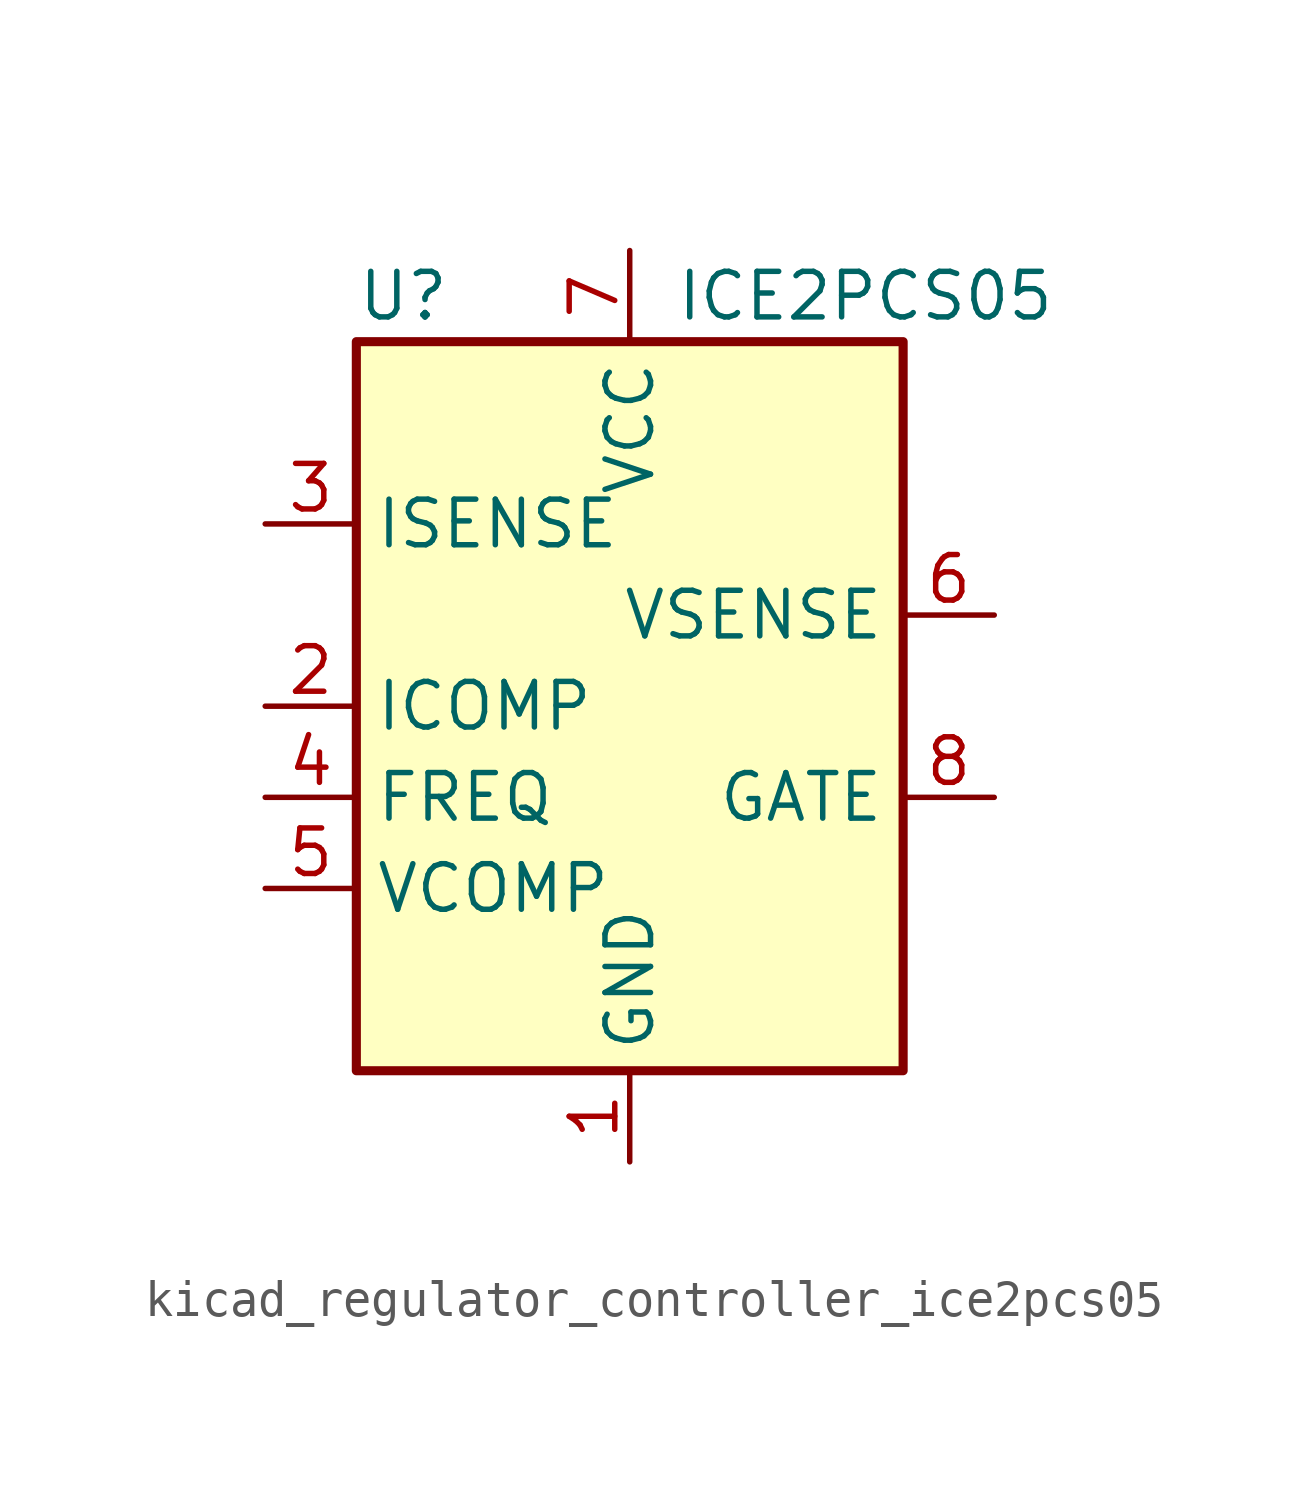
<source format=kicad_sym>
(kicad_symbol_lib
  (version 20220914)
  (generator kicad_symbol_editor)
  (symbol "kicad_regulator_controller_ice2pcs05"
    (property "Reference" "U"
      (at -7.62 11.43 0)
      (effects (font (size 1.27 1.27)) (justify left)))
    (property "Value" "ICE2PCS05"
      (at 1.27 11.43 0)
      (effects (font (size 1.27 1.27)) (justify left)))
    (symbol "kicad_regulator_controller_ice2pcs05_0_0"
      (rectangle (start -7.62 10.16) (end 7.62 -10.16) (stroke (width 0.254) (type default)) (fill (type background))))
    (symbol "kicad_regulator_controller_ice2pcs05_1_1"
      (pin power_in line (at 0 -12.7 90) (length 2.54) (name "GND" (effects (font (size 1.27 1.27)))) (number "1" (effects (font (size 1.27 1.27)))))
      (pin passive line (at -10.16 0 0) (length 2.54) (name "ICOMP" (effects (font (size 1.27 1.27)))) (number "2" (effects (font (size 1.27 1.27)))))
      (pin input line (at -10.16 5.08 0) (length 2.54) (name "ISENSE" (effects (font (size 1.27 1.27)))) (number "3" (effects (font (size 1.27 1.27)))))
      (pin passive line (at -10.16 -2.54 0) (length 2.54) (name "FREQ" (effects (font (size 1.27 1.27)))) (number "4" (effects (font (size 1.27 1.27)))))
      (pin passive line (at -10.16 -5.08 0) (length 2.54) (name "VCOMP" (effects (font (size 1.27 1.27)))) (number "5" (effects (font (size 1.27 1.27)))))
      (pin input line (at 10.16 2.54 180) (length 2.54) (name "VSENSE" (effects (font (size 1.27 1.27)))) (number "6" (effects (font (size 1.27 1.27)))))
      (pin power_in line (at 0 12.7 270) (length 2.54) (name "VCC" (effects (font (size 1.27 1.27)))) (number "7" (effects (font (size 1.27 1.27)))))
      (pin output line (at 10.16 -2.54 180) (length 2.54) (name "GATE" (effects (font (size 1.27 1.27)))) (number "8" (effects (font (size 1.27 1.27))))))))
</source>
